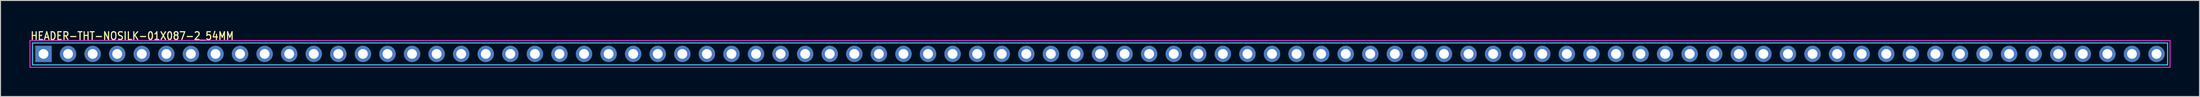
<source format=kicad_pcb>
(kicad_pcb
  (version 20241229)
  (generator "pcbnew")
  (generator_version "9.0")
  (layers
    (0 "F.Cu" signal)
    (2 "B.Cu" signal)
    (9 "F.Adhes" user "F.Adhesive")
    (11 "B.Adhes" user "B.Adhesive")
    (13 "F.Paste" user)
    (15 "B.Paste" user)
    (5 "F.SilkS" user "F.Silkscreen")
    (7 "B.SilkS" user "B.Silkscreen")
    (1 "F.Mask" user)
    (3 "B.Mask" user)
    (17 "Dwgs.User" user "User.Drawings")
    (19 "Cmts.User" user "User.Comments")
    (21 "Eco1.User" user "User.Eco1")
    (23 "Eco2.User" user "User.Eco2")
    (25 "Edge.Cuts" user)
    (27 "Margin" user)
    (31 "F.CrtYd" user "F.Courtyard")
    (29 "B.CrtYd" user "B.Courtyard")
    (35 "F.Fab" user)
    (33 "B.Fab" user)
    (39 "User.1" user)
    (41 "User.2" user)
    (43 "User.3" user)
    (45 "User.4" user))
  (footprint "HEADER-THT-NOSILK-01X087-2_54MM"
    (layer "F.Cu")
    (at 1.447 2.579)
    (property "Reference" "HEADER-THT-NOSILK-01X087-2_54MM" (at -1.4 -1.4 0) (unlocked yes) (layer "F.SilkS") (effects (font (size 0.813 0.695) (thickness 0.122)) (justify left bottom)))
    (fp_poly (pts (xy -1.143 -1.143) (xy 219.583 -1.143) (xy 219.583 1.143) (xy -1.143 1.143)) (stroke (width 0.1) (type solid)) (fill no) (layer "B.CrtYd"))
    (fp_poly (pts (xy -1.397 -1.397) (xy 219.837 -1.397) (xy 219.837 1.397) (xy -1.397 1.397)) (stroke (width 0.1) (type solid)) (fill no) (layer "F.CrtYd"))
    (pad "P$1" thru_hole rect (at 0 0) (size 1.693 1.693) (drill 1.016) (layers "*.Cu" "*.Mask"))
    (pad "P$2" thru_hole oval (at 2.54 0) (size 1.693 1.693) (drill 1.016) (layers "*.Cu" "*.Mask"))
    (pad "P$3" thru_hole oval (at 5.08 0) (size 1.693 1.693) (drill 1.016) (layers "*.Cu" "*.Mask"))
    (pad "P$4" thru_hole oval (at 7.62 0) (size 1.693 1.693) (drill 1.016) (layers "*.Cu" "*.Mask"))
    (pad "P$5" thru_hole oval (at 10.16 0) (size 1.693 1.693) (drill 1.016) (layers "*.Cu" "*.Mask"))
    (pad "P$6" thru_hole oval (at 12.7 0) (size 1.693 1.693) (drill 1.016) (layers "*.Cu" "*.Mask"))
    (pad "P$7" thru_hole oval (at 15.24 0) (size 1.693 1.693) (drill 1.016) (layers "*.Cu" "*.Mask"))
    (pad "P$8" thru_hole oval (at 17.78 0) (size 1.693 1.693) (drill 1.016) (layers "*.Cu" "*.Mask"))
    (pad "P$9" thru_hole oval (at 20.32 0) (size 1.693 1.693) (drill 1.016) (layers "*.Cu" "*.Mask"))
    (pad "P$10" thru_hole oval (at 22.86 0) (size 1.693 1.693) (drill 1.016) (layers "*.Cu" "*.Mask"))
    (pad "P$11" thru_hole oval (at 25.4 0) (size 1.693 1.693) (drill 1.016) (layers "*.Cu" "*.Mask"))
    (pad "P$12" thru_hole oval (at 27.94 0) (size 1.693 1.693) (drill 1.016) (layers "*.Cu" "*.Mask"))
    (pad "P$13" thru_hole oval (at 30.48 0) (size 1.693 1.693) (drill 1.016) (layers "*.Cu" "*.Mask"))
    (pad "P$14" thru_hole oval (at 33.02 0) (size 1.693 1.693) (drill 1.016) (layers "*.Cu" "*.Mask"))
    (pad "P$15" thru_hole oval (at 35.56 0) (size 1.693 1.693) (drill 1.016) (layers "*.Cu" "*.Mask"))
    (pad "P$16" thru_hole oval (at 38.1 0) (size 1.693 1.693) (drill 1.016) (layers "*.Cu" "*.Mask"))
    (pad "P$17" thru_hole oval (at 40.64 0) (size 1.693 1.693) (drill 1.016) (layers "*.Cu" "*.Mask"))
    (pad "P$18" thru_hole oval (at 43.18 0) (size 1.693 1.693) (drill 1.016) (layers "*.Cu" "*.Mask"))
    (pad "P$19" thru_hole oval (at 45.72 0) (size 1.693 1.693) (drill 1.016) (layers "*.Cu" "*.Mask"))
    (pad "P$20" thru_hole oval (at 48.26 0) (size 1.693 1.693) (drill 1.016) (layers "*.Cu" "*.Mask"))
    (pad "P$21" thru_hole oval (at 50.8 0) (size 1.693 1.693) (drill 1.016) (layers "*.Cu" "*.Mask"))
    (pad "P$22" thru_hole oval (at 53.34 0) (size 1.693 1.693) (drill 1.016) (layers "*.Cu" "*.Mask"))
    (pad "P$23" thru_hole oval (at 55.88 0) (size 1.693 1.693) (drill 1.016) (layers "*.Cu" "*.Mask"))
    (pad "P$24" thru_hole oval (at 58.42 0) (size 1.693 1.693) (drill 1.016) (layers "*.Cu" "*.Mask"))
    (pad "P$25" thru_hole oval (at 60.96 0) (size 1.693 1.693) (drill 1.016) (layers "*.Cu" "*.Mask"))
    (pad "P$26" thru_hole oval (at 63.5 0) (size 1.693 1.693) (drill 1.016) (layers "*.Cu" "*.Mask"))
    (pad "P$27" thru_hole oval (at 66.04 0) (size 1.693 1.693) (drill 1.016) (layers "*.Cu" "*.Mask"))
    (pad "P$28" thru_hole oval (at 68.58 0) (size 1.693 1.693) (drill 1.016) (layers "*.Cu" "*.Mask"))
    (pad "P$29" thru_hole oval (at 71.12 0) (size 1.693 1.693) (drill 1.016) (layers "*.Cu" "*.Mask"))
    (pad "P$30" thru_hole oval (at 73.66 0) (size 1.693 1.693) (drill 1.016) (layers "*.Cu" "*.Mask"))
    (pad "P$31" thru_hole oval (at 76.2 0) (size 1.693 1.693) (drill 1.016) (layers "*.Cu" "*.Mask"))
    (pad "P$32" thru_hole oval (at 78.74 0) (size 1.693 1.693) (drill 1.016) (layers "*.Cu" "*.Mask"))
    (pad "P$33" thru_hole oval (at 81.28 0) (size 1.693 1.693) (drill 1.016) (layers "*.Cu" "*.Mask"))
    (pad "P$34" thru_hole oval (at 83.82 0) (size 1.693 1.693) (drill 1.016) (layers "*.Cu" "*.Mask"))
    (pad "P$35" thru_hole oval (at 86.36 0) (size 1.693 1.693) (drill 1.016) (layers "*.Cu" "*.Mask"))
    (pad "P$36" thru_hole oval (at 88.9 0) (size 1.693 1.693) (drill 1.016) (layers "*.Cu" "*.Mask"))
    (pad "P$37" thru_hole oval (at 91.44 0) (size 1.693 1.693) (drill 1.016) (layers "*.Cu" "*.Mask"))
    (pad "P$38" thru_hole oval (at 93.98 0) (size 1.693 1.693) (drill 1.016) (layers "*.Cu" "*.Mask"))
    (pad "P$39" thru_hole oval (at 96.52 0) (size 1.693 1.693) (drill 1.016) (layers "*.Cu" "*.Mask"))
    (pad "P$40" thru_hole oval (at 99.06 0) (size 1.693 1.693) (drill 1.016) (layers "*.Cu" "*.Mask"))
    (pad "P$41" thru_hole oval (at 101.6 0) (size 1.693 1.693) (drill 1.016) (layers "*.Cu" "*.Mask"))
    (pad "P$42" thru_hole oval (at 104.14 0) (size 1.693 1.693) (drill 1.016) (layers "*.Cu" "*.Mask"))
    (pad "P$43" thru_hole oval (at 106.68 0) (size 1.693 1.693) (drill 1.016) (layers "*.Cu" "*.Mask"))
    (pad "P$44" thru_hole oval (at 109.22 0) (size 1.693 1.693) (drill 1.016) (layers "*.Cu" "*.Mask"))
    (pad "P$45" thru_hole oval (at 111.76 0) (size 1.693 1.693) (drill 1.016) (layers "*.Cu" "*.Mask"))
    (pad "P$46" thru_hole oval (at 114.3 0) (size 1.693 1.693) (drill 1.016) (layers "*.Cu" "*.Mask"))
    (pad "P$47" thru_hole oval (at 116.84 0) (size 1.693 1.693) (drill 1.016) (layers "*.Cu" "*.Mask"))
    (pad "P$48" thru_hole oval (at 119.38 0) (size 1.693 1.693) (drill 1.016) (layers "*.Cu" "*.Mask"))
    (pad "P$49" thru_hole oval (at 121.92 0) (size 1.693 1.693) (drill 1.016) (layers "*.Cu" "*.Mask"))
    (pad "P$50" thru_hole oval (at 124.46 0) (size 1.693 1.693) (drill 1.016) (layers "*.Cu" "*.Mask"))
    (pad "P$51" thru_hole oval (at 127 0) (size 1.693 1.693) (drill 1.016) (layers "*.Cu" "*.Mask"))
    (pad "P$52" thru_hole oval (at 129.54 0) (size 1.693 1.693) (drill 1.016) (layers "*.Cu" "*.Mask"))
    (pad "P$53" thru_hole oval (at 132.08 0) (size 1.693 1.693) (drill 1.016) (layers "*.Cu" "*.Mask"))
    (pad "P$54" thru_hole oval (at 134.62 0) (size 1.693 1.693) (drill 1.016) (layers "*.Cu" "*.Mask"))
    (pad "P$55" thru_hole oval (at 137.16 0) (size 1.693 1.693) (drill 1.016) (layers "*.Cu" "*.Mask"))
    (pad "P$56" thru_hole oval (at 139.7 0) (size 1.693 1.693) (drill 1.016) (layers "*.Cu" "*.Mask"))
    (pad "P$57" thru_hole oval (at 142.24 0) (size 1.693 1.693) (drill 1.016) (layers "*.Cu" "*.Mask"))
    (pad "P$58" thru_hole oval (at 144.78 0) (size 1.693 1.693) (drill 1.016) (layers "*.Cu" "*.Mask"))
    (pad "P$59" thru_hole oval (at 147.32 0) (size 1.693 1.693) (drill 1.016) (layers "*.Cu" "*.Mask"))
    (pad "P$60" thru_hole oval (at 149.86 0) (size 1.693 1.693) (drill 1.016) (layers "*.Cu" "*.Mask"))
    (pad "P$61" thru_hole oval (at 152.4 0) (size 1.693 1.693) (drill 1.016) (layers "*.Cu" "*.Mask"))
    (pad "P$62" thru_hole oval (at 154.94 0) (size 1.693 1.693) (drill 1.016) (layers "*.Cu" "*.Mask"))
    (pad "P$63" thru_hole oval (at 157.48 0) (size 1.693 1.693) (drill 1.016) (layers "*.Cu" "*.Mask"))
    (pad "P$64" thru_hole oval (at 160.02 0) (size 1.693 1.693) (drill 1.016) (layers "*.Cu" "*.Mask"))
    (pad "P$65" thru_hole oval (at 162.56 0) (size 1.693 1.693) (drill 1.016) (layers "*.Cu" "*.Mask"))
    (pad "P$66" thru_hole oval (at 165.1 0) (size 1.693 1.693) (drill 1.016) (layers "*.Cu" "*.Mask"))
    (pad "P$67" thru_hole oval (at 167.64 0) (size 1.693 1.693) (drill 1.016) (layers "*.Cu" "*.Mask"))
    (pad "P$68" thru_hole oval (at 170.18 0) (size 1.693 1.693) (drill 1.016) (layers "*.Cu" "*.Mask"))
    (pad "P$69" thru_hole oval (at 172.72 0) (size 1.693 1.693) (drill 1.016) (layers "*.Cu" "*.Mask"))
    (pad "P$70" thru_hole oval (at 175.26 0) (size 1.693 1.693) (drill 1.016) (layers "*.Cu" "*.Mask"))
    (pad "P$71" thru_hole oval (at 177.8 0) (size 1.693 1.693) (drill 1.016) (layers "*.Cu" "*.Mask"))
    (pad "P$72" thru_hole oval (at 180.34 0) (size 1.693 1.693) (drill 1.016) (layers "*.Cu" "*.Mask"))
    (pad "P$73" thru_hole oval (at 182.88 0) (size 1.693 1.693) (drill 1.016) (layers "*.Cu" "*.Mask"))
    (pad "P$74" thru_hole oval (at 185.42 0) (size 1.693 1.693) (drill 1.016) (layers "*.Cu" "*.Mask"))
    (pad "P$75" thru_hole oval (at 187.96 0) (size 1.693 1.693) (drill 1.016) (layers "*.Cu" "*.Mask"))
    (pad "P$76" thru_hole oval (at 190.5 0) (size 1.693 1.693) (drill 1.016) (layers "*.Cu" "*.Mask"))
    (pad "P$77" thru_hole oval (at 193.04 0) (size 1.693 1.693) (drill 1.016) (layers "*.Cu" "*.Mask"))
    (pad "P$78" thru_hole oval (at 195.58 0) (size 1.693 1.693) (drill 1.016) (layers "*.Cu" "*.Mask"))
    (pad "P$79" thru_hole oval (at 198.12 0) (size 1.693 1.693) (drill 1.016) (layers "*.Cu" "*.Mask"))
    (pad "P$80" thru_hole oval (at 200.66 0) (size 1.693 1.693) (drill 1.016) (layers "*.Cu" "*.Mask"))
    (pad "P$81" thru_hole oval (at 203.2 0) (size 1.693 1.693) (drill 1.016) (layers "*.Cu" "*.Mask"))
    (pad "P$82" thru_hole oval (at 205.74 0) (size 1.693 1.693) (drill 1.016) (layers "*.Cu" "*.Mask"))
    (pad "P$83" thru_hole oval (at 208.28 0) (size 1.693 1.693) (drill 1.016) (layers "*.Cu" "*.Mask"))
    (pad "P$84" thru_hole oval (at 210.82 0) (size 1.693 1.693) (drill 1.016) (layers "*.Cu" "*.Mask"))
    (pad "P$85" thru_hole oval (at 213.36 0) (size 1.693 1.693) (drill 1.016) (layers "*.Cu" "*.Mask"))
    (pad "P$86" thru_hole oval (at 215.9 0) (size 1.693 1.693) (drill 1.016) (layers "*.Cu" "*.Mask"))
    (pad "P$87" thru_hole oval (at 218.44 0) (size 1.693 1.693) (drill 1.016) (layers "*.Cu" "*.Mask")))
  (gr_rect
    (start -3 -3)
    (end 224.334 7.026)
    (stroke (width 0.1) (type default))
    (fill no)
    (layer "Edge.Cuts")))
</source>
